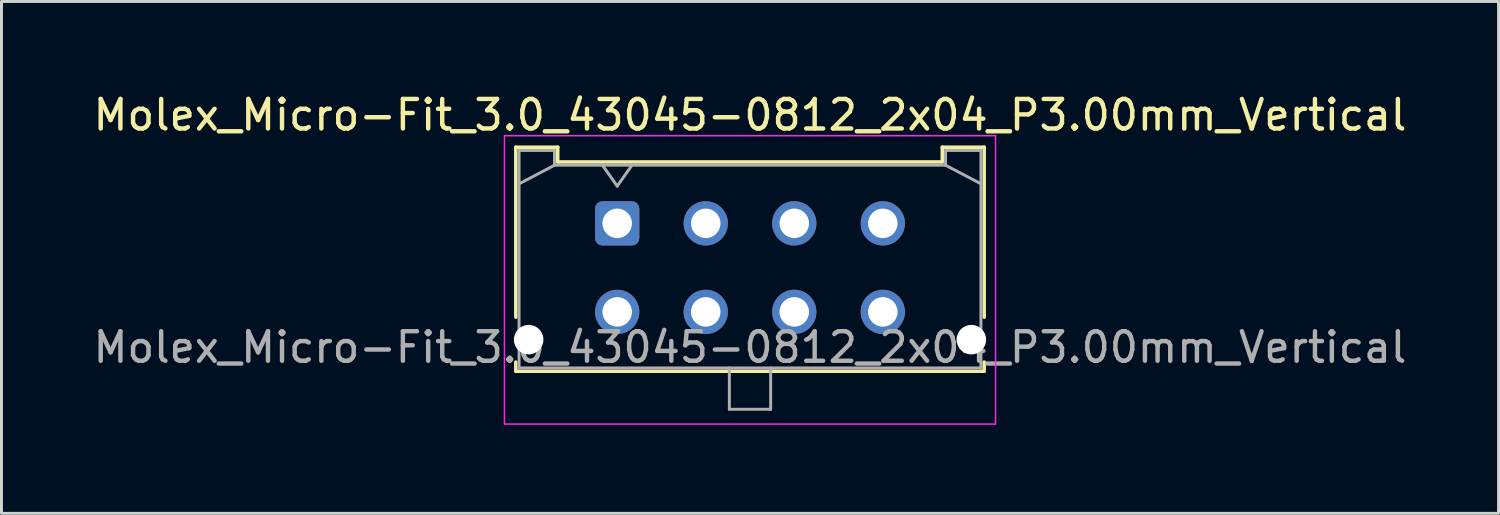
<source format=kicad_pcb>
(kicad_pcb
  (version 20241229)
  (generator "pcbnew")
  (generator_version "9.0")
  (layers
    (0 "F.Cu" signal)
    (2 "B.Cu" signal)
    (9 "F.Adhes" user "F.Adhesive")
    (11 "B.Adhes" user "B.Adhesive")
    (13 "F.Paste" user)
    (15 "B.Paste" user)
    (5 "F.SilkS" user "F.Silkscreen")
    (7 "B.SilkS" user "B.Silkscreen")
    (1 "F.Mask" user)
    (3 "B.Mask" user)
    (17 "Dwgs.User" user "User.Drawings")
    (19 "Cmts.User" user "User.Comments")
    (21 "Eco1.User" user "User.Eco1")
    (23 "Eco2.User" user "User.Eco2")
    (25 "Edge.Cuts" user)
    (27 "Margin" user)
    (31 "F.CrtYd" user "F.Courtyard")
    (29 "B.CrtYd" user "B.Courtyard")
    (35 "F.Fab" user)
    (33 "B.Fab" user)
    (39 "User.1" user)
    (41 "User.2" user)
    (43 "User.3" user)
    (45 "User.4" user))
  (footprint "Molex_Micro-Fit_3.0_43045-0812_2x04_P3.00mm_Vertical"
    (layer "F.Cu")
    (at 17.863 4.518)
    (property "Reference" "Molex_Micro-Fit_3.0_43045-0812_2x04_P3.00mm_Vertical" (at 4.5 -3.67 0) (layer "F.SilkS") (effects (font (size 1 1) (thickness 0.15))))
    (attr through_hole)
    (fp_line (start -3.435 -2.58) (end -2.015 -2.58) (stroke (width 0.12) (type solid)) (layer "F.SilkS"))
    (fp_line (start -3.435 3.18) (end -3.435 -2.58) (stroke (width 0.12) (type solid)) (layer "F.SilkS"))
    (fp_line (start -3.435 4.7) (end -3.435 5.01) (stroke (width 0.12) (type solid)) (layer "F.SilkS"))
    (fp_line (start -3.435 5.01) (end 12.435 5.01) (stroke (width 0.12) (type solid)) (layer "F.SilkS"))
    (fp_line (start -2.015 -2.58) (end -2.015 -2.08) (stroke (width 0.12) (type solid)) (layer "F.SilkS"))
    (fp_line (start -2.015 -2.08) (end 11.015 -2.08) (stroke (width 0.12) (type solid)) (layer "F.SilkS"))
    (fp_line (start 11.015 -2.58) (end 12.435 -2.58) (stroke (width 0.12) (type solid)) (layer "F.SilkS"))
    (fp_line (start 11.015 -2.08) (end 11.015 -2.58) (stroke (width 0.12) (type solid)) (layer "F.SilkS"))
    (fp_line (start 12.435 -2.58) (end 12.435 3.18) (stroke (width 0.12) (type solid)) (layer "F.SilkS"))
    (fp_line (start 12.435 5.01) (end 12.435 4.7) (stroke (width 0.12) (type solid)) (layer "F.SilkS"))
    (fp_line (start -3.82 -2.97) (end 12.82 -2.97) (stroke (width 0.05) (type solid)) (layer "F.CrtYd"))
    (fp_line (start -3.82 6.8) (end -3.82 -2.97) (stroke (width 0.05) (type solid)) (layer "F.CrtYd"))
    (fp_line (start 12.82 -2.97) (end 12.82 6.8) (stroke (width 0.05) (type solid)) (layer "F.CrtYd"))
    (fp_line (start 12.82 6.8) (end -3.82 6.8) (stroke (width 0.05) (type solid)) (layer "F.CrtYd"))
    (fp_line (start -3.325 -2.47) (end -3.325 4.9) (stroke (width 0.1) (type solid)) (layer "F.Fab"))
    (fp_line (start -3.325 -1.34) (end -2.125 -1.97) (stroke (width 0.1) (type solid)) (layer "F.Fab"))
    (fp_line (start -3.325 4.9) (end 12.325 4.9) (stroke (width 0.1) (type solid)) (layer "F.Fab"))
    (fp_line (start -2.125 -2.47) (end -3.325 -2.47) (stroke (width 0.1) (type solid)) (layer "F.Fab"))
    (fp_line (start -2.125 -1.97) (end -2.125 -2.47) (stroke (width 0.1) (type solid)) (layer "F.Fab"))
    (fp_line (start -0.5 -1.97) (end 0 -1.263) (stroke (width 0.1) (type solid)) (layer "F.Fab"))
    (fp_line (start 0 -1.263) (end 0.5 -1.97) (stroke (width 0.1) (type solid)) (layer "F.Fab"))
    (fp_line (start 3.8 4.9) (end 3.8 6.3) (stroke (width 0.1) (type solid)) (layer "F.Fab"))
    (fp_line (start 3.8 6.3) (end 5.2 6.3) (stroke (width 0.1) (type solid)) (layer "F.Fab"))
    (fp_line (start 5.2 6.3) (end 5.2 4.9) (stroke (width 0.1) (type solid)) (layer "F.Fab"))
    (fp_line (start 11.125 -2.47) (end 11.125 -1.97) (stroke (width 0.1) (type solid)) (layer "F.Fab"))
    (fp_line (start 11.125 -1.97) (end -2.125 -1.97) (stroke (width 0.1) (type solid)) (layer "F.Fab"))
    (fp_line (start 12.325 -2.47) (end 11.125 -2.47) (stroke (width 0.1) (type solid)) (layer "F.Fab"))
    (fp_line (start 12.325 -1.34) (end 11.125 -1.97) (stroke (width 0.1) (type solid)) (layer "F.Fab"))
    (fp_line (start 12.325 4.9) (end 12.325 -2.47) (stroke (width 0.1) (type solid)) (layer "F.Fab"))
    (fp_text user "${REFERENCE}" (at 4.5 4.2 0) (layer "F.Fab") (effects (font (size 1 1) (thickness 0.15))))
    (pad "" np_thru_hole circle (at -3 3.94) (size 1 1) (drill 1) (layers "*.Cu" "*.Mask"))
    (pad "" np_thru_hole circle (at 12 3.94) (size 1 1) (drill 1) (layers "*.Cu" "*.Mask"))
    (pad "1" thru_hole roundrect (at 0 0) (size 1.5 1.5) (drill 1) (layers "*.Cu" "*.Mask") (roundrect_rratio 0.167))
    (pad "2" thru_hole circle (at 3 0) (size 1.5 1.5) (drill 1) (layers "*.Cu" "*.Mask"))
    (pad "3" thru_hole circle (at 6 0) (size 1.5 1.5) (drill 1) (layers "*.Cu" "*.Mask"))
    (pad "4" thru_hole circle (at 9 0) (size 1.5 1.5) (drill 1) (layers "*.Cu" "*.Mask"))
    (pad "5" thru_hole circle (at 0 3) (size 1.5 1.5) (drill 1) (layers "*.Cu" "*.Mask"))
    (pad "6" thru_hole circle (at 3 3) (size 1.5 1.5) (drill 1) (layers "*.Cu" "*.Mask"))
    (pad "7" thru_hole circle (at 6 3) (size 1.5 1.5) (drill 1) (layers "*.Cu" "*.Mask"))
    (pad "8" thru_hole circle (at 9 3) (size 1.5 1.5) (drill 1) (layers "*.Cu" "*.Mask")))
  (gr_rect
    (start -3 -3)
    (end 47.726 14.343)
    (stroke (width 0.1) (type default))
    (fill no)
    (layer "Edge.Cuts")))
</source>
